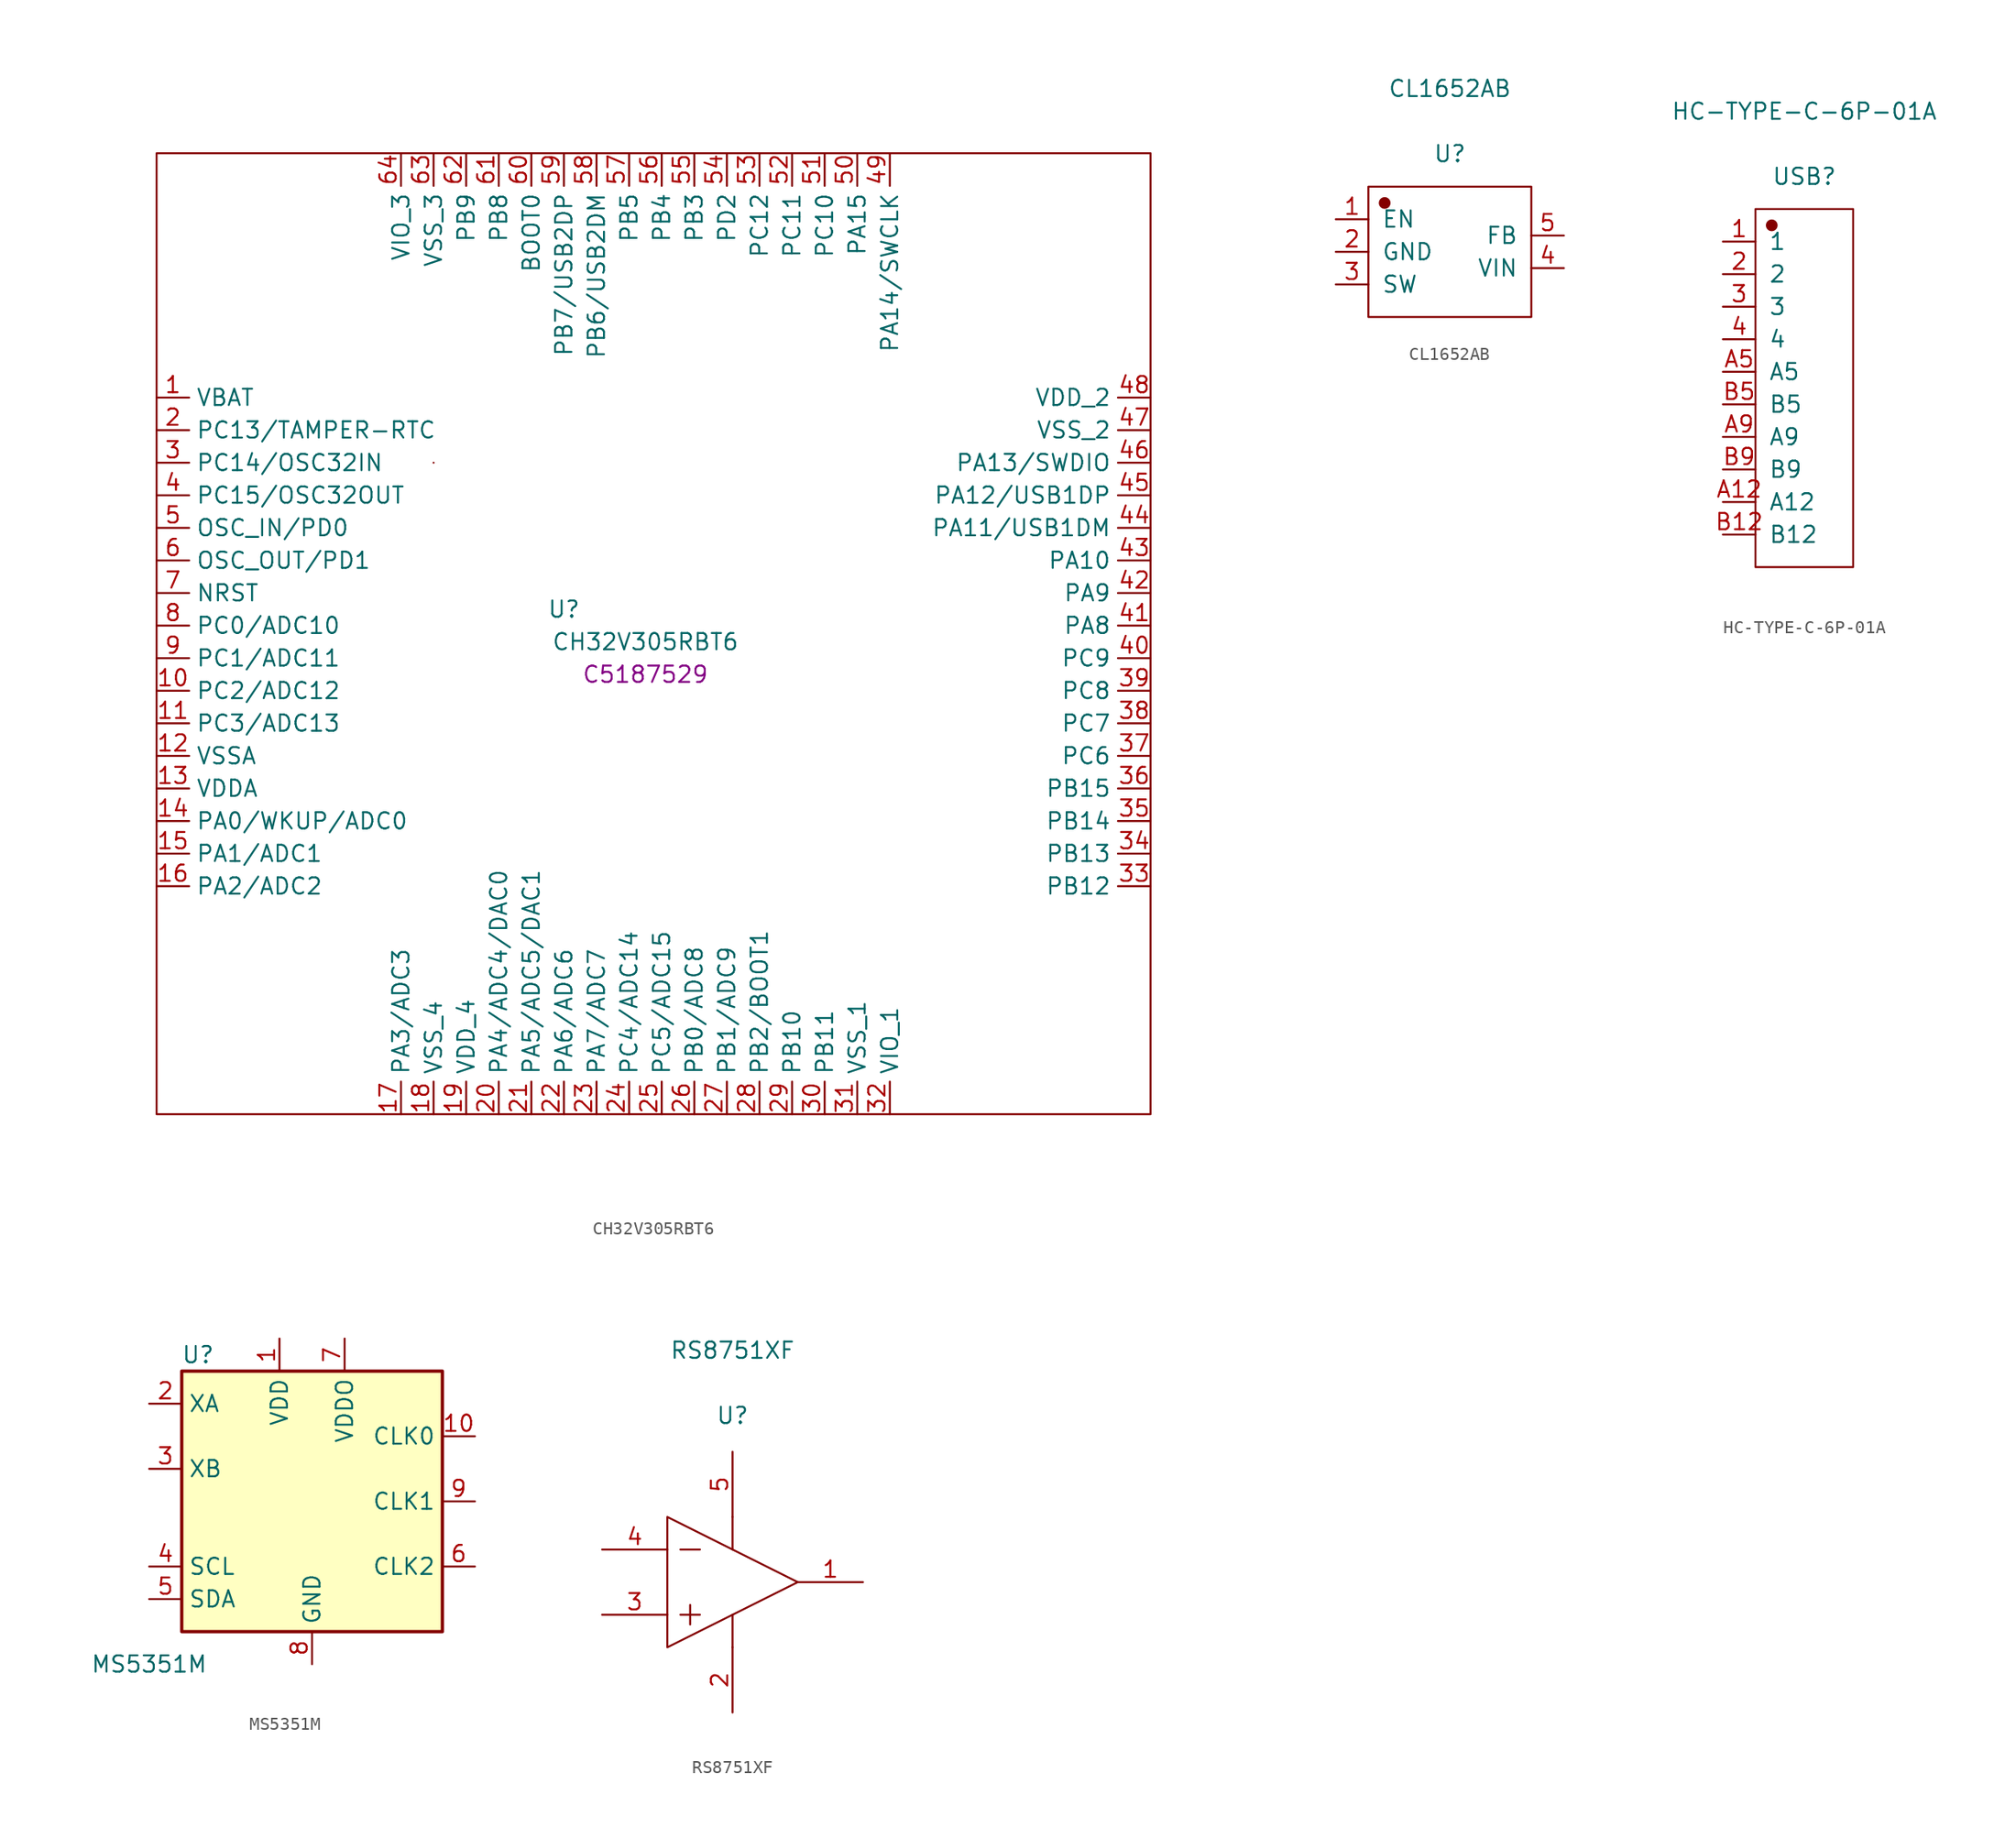
<source format=kicad_sym>
(kicad_symbol_lib
  (version 20211014)
  (generator kicad_symbol_editor)
  (symbol "CH32V305RBT6"
    (property "Reference" "U"
      (at -6.35 2.54 0)
      (effects (font (size 1.27 1.27))))
    (property "Value" "CH32V305RBT6"
      (at 0 0 0)
      (effects (font (size 1.27 1.27))))
    (property "LCSC" "C5187529"
      (at 0 -2.54 0)
      (effects (font (size 1.27 1.27))))
    (symbol "CH32V305RBT6_0_1"
      (rectangle (start -38.1 38.1) (end 39.37 -36.83) (stroke (width 0) (type default) (color 0 0 0 0)) (fill (type none)))
      (rectangle (start -16.51 13.97) (end -16.51 13.97) (stroke (width 0) (type default) (color 0 0 0 0)) (fill (type none))))
    (symbol "CH32V305RBT6_1_1"
      (pin power_in line (at -38.1 19.05 0) (length 2.54) (name "VBAT" (effects (font (size 1.27 1.27)))) (number "1" (effects (font (size 1.27 1.27)))))
      (pin bidirectional line (at -38.1 -3.81 0) (length 2.54) (name "PC2/ADC12" (effects (font (size 1.27 1.27)))) (number "10" (effects (font (size 1.27 1.27)))))
      (pin bidirectional line (at -38.1 -6.35 0) (length 2.54) (name "PC3/ADC13" (effects (font (size 1.27 1.27)))) (number "11" (effects (font (size 1.27 1.27)))))
      (pin power_in line (at -38.1 -8.89 0) (length 2.54) (name "VSSA" (effects (font (size 1.27 1.27)))) (number "12" (effects (font (size 1.27 1.27)))))
      (pin power_in line (at -38.1 -11.43 0) (length 2.54) (name "VDDA" (effects (font (size 1.27 1.27)))) (number "13" (effects (font (size 1.27 1.27)))))
      (pin bidirectional line (at -38.1 -13.97 0) (length 2.54) (name "PA0/WKUP/ADC0" (effects (font (size 1.27 1.27)))) (number "14" (effects (font (size 1.27 1.27)))))
      (pin bidirectional line (at -38.1 -16.51 0) (length 2.54) (name "PA1/ADC1" (effects (font (size 1.27 1.27)))) (number "15" (effects (font (size 1.27 1.27)))))
      (pin bidirectional line (at -38.1 -19.05 0) (length 2.54) (name "PA2/ADC2" (effects (font (size 1.27 1.27)))) (number "16" (effects (font (size 1.27 1.27)))))
      (pin bidirectional line (at -19.05 -36.83 90) (length 2.54) (name "PA3/ADC3" (effects (font (size 1.27 1.27)))) (number "17" (effects (font (size 1.27 1.27)))))
      (pin power_in line (at -16.51 -36.83 90) (length 2.54) (name "VSS_4" (effects (font (size 1.27 1.27)))) (number "18" (effects (font (size 1.27 1.27)))))
      (pin power_in line (at -13.97 -36.83 90) (length 2.54) (name "VDD_4" (effects (font (size 1.27 1.27)))) (number "19" (effects (font (size 1.27 1.27)))))
      (pin bidirectional line (at -38.1 16.51 0) (length 2.54) (name "PC13/TAMPER-RTC" (effects (font (size 1.27 1.27)))) (number "2" (effects (font (size 1.27 1.27)))))
      (pin bidirectional line (at -11.43 -36.83 90) (length 2.54) (name "PA4/ADC4/DAC0" (effects (font (size 1.27 1.27)))) (number "20" (effects (font (size 1.27 1.27)))))
      (pin bidirectional line (at -8.89 -36.83 90) (length 2.54) (name "PA5/ADC5/DAC1" (effects (font (size 1.27 1.27)))) (number "21" (effects (font (size 1.27 1.27)))))
      (pin bidirectional line (at -6.35 -36.83 90) (length 2.54) (name "PA6/ADC6" (effects (font (size 1.27 1.27)))) (number "22" (effects (font (size 1.27 1.27)))))
      (pin bidirectional line (at -3.81 -36.83 90) (length 2.54) (name "PA7/ADC7" (effects (font (size 1.27 1.27)))) (number "23" (effects (font (size 1.27 1.27)))))
      (pin bidirectional line (at -1.27 -36.83 90) (length 2.54) (name "PC4/ADC14" (effects (font (size 1.27 1.27)))) (number "24" (effects (font (size 1.27 1.27)))))
      (pin bidirectional line (at 1.27 -36.83 90) (length 2.54) (name "PC5/ADC15" (effects (font (size 1.27 1.27)))) (number "25" (effects (font (size 1.27 1.27)))))
      (pin bidirectional line (at 3.81 -36.83 90) (length 2.54) (name "PB0/ADC8" (effects (font (size 1.27 1.27)))) (number "26" (effects (font (size 1.27 1.27)))))
      (pin bidirectional line (at 6.35 -36.83 90) (length 2.54) (name "PB1/ADC9" (effects (font (size 1.27 1.27)))) (number "27" (effects (font (size 1.27 1.27)))))
      (pin bidirectional line (at 8.89 -36.83 90) (length 2.54) (name "PB2/BOOT1" (effects (font (size 1.27 1.27)))) (number "28" (effects (font (size 1.27 1.27)))))
      (pin bidirectional line (at 11.43 -36.83 90) (length 2.54) (name "PB10" (effects (font (size 1.27 1.27)))) (number "29" (effects (font (size 1.27 1.27)))))
      (pin bidirectional line (at -38.1 13.97 0) (length 2.54) (name "PC14/OSC32IN" (effects (font (size 1.27 1.27)))) (number "3" (effects (font (size 1.27 1.27)))))
      (pin bidirectional line (at 13.97 -36.83 90) (length 2.54) (name "PB11" (effects (font (size 1.27 1.27)))) (number "30" (effects (font (size 1.27 1.27)))))
      (pin power_in line (at 16.51 -36.83 90) (length 2.54) (name "VSS_1" (effects (font (size 1.27 1.27)))) (number "31" (effects (font (size 1.27 1.27)))))
      (pin power_in line (at 19.05 -36.83 90) (length 2.54) (name "VIO_1" (effects (font (size 1.27 1.27)))) (number "32" (effects (font (size 1.27 1.27)))))
      (pin bidirectional line (at 39.37 -19.05 180) (length 2.54) (name "PB12" (effects (font (size 1.27 1.27)))) (number "33" (effects (font (size 1.27 1.27)))))
      (pin bidirectional line (at 39.37 -16.51 180) (length 2.54) (name "PB13" (effects (font (size 1.27 1.27)))) (number "34" (effects (font (size 1.27 1.27)))))
      (pin bidirectional line (at 39.37 -13.97 180) (length 2.54) (name "PB14" (effects (font (size 1.27 1.27)))) (number "35" (effects (font (size 1.27 1.27)))))
      (pin bidirectional line (at 39.37 -11.43 180) (length 2.54) (name "PB15" (effects (font (size 1.27 1.27)))) (number "36" (effects (font (size 1.27 1.27)))))
      (pin bidirectional line (at 39.37 -8.89 180) (length 2.54) (name "PC6" (effects (font (size 1.27 1.27)))) (number "37" (effects (font (size 1.27 1.27)))))
      (pin bidirectional line (at 39.37 -6.35 180) (length 2.54) (name "PC7" (effects (font (size 1.27 1.27)))) (number "38" (effects (font (size 1.27 1.27)))))
      (pin bidirectional line (at 39.37 -3.81 180) (length 2.54) (name "PC8" (effects (font (size 1.27 1.27)))) (number "39" (effects (font (size 1.27 1.27)))))
      (pin bidirectional line (at -38.1 11.43 0) (length 2.54) (name "PC15/OSC32OUT" (effects (font (size 1.27 1.27)))) (number "4" (effects (font (size 1.27 1.27)))))
      (pin bidirectional line (at 39.37 -1.27 180) (length 2.54) (name "PC9" (effects (font (size 1.27 1.27)))) (number "40" (effects (font (size 1.27 1.27)))))
      (pin bidirectional line (at 39.37 1.27 180) (length 2.54) (name "PA8" (effects (font (size 1.27 1.27)))) (number "41" (effects (font (size 1.27 1.27)))))
      (pin bidirectional line (at 39.37 3.81 180) (length 2.54) (name "PA9" (effects (font (size 1.27 1.27)))) (number "42" (effects (font (size 1.27 1.27)))))
      (pin bidirectional line (at 39.37 6.35 180) (length 2.54) (name "PA10" (effects (font (size 1.27 1.27)))) (number "43" (effects (font (size 1.27 1.27)))))
      (pin bidirectional line (at 39.37 8.89 180) (length 2.54) (name "PA11/USB1DM" (effects (font (size 1.27 1.27)))) (number "44" (effects (font (size 1.27 1.27)))))
      (pin bidirectional line (at 39.37 11.43 180) (length 2.54) (name "PA12/USB1DP" (effects (font (size 1.27 1.27)))) (number "45" (effects (font (size 1.27 1.27)))))
      (pin bidirectional line (at 39.37 13.97 180) (length 2.54) (name "PA13/SWDIO" (effects (font (size 1.27 1.27)))) (number "46" (effects (font (size 1.27 1.27)))))
      (pin power_in line (at 39.37 16.51 180) (length 2.54) (name "VSS_2" (effects (font (size 1.27 1.27)))) (number "47" (effects (font (size 1.27 1.27)))))
      (pin power_in line (at 39.37 19.05 180) (length 2.54) (name "VDD_2" (effects (font (size 1.27 1.27)))) (number "48" (effects (font (size 1.27 1.27)))))
      (pin bidirectional line (at 19.05 38.1 270) (length 2.54) (name "PA14/SWCLK" (effects (font (size 1.27 1.27)))) (number "49" (effects (font (size 1.27 1.27)))))
      (pin bidirectional line (at -38.1 8.89 0) (length 2.54) (name "OSC_IN/PD0" (effects (font (size 1.27 1.27)))) (number "5" (effects (font (size 1.27 1.27)))))
      (pin bidirectional line (at 16.51 38.1 270) (length 2.54) (name "PA15" (effects (font (size 1.27 1.27)))) (number "50" (effects (font (size 1.27 1.27)))))
      (pin bidirectional line (at 13.97 38.1 270) (length 2.54) (name "PC10" (effects (font (size 1.27 1.27)))) (number "51" (effects (font (size 1.27 1.27)))))
      (pin bidirectional line (at 11.43 38.1 270) (length 2.54) (name "PC11" (effects (font (size 1.27 1.27)))) (number "52" (effects (font (size 1.27 1.27)))))
      (pin bidirectional line (at 8.89 38.1 270) (length 2.54) (name "PC12" (effects (font (size 1.27 1.27)))) (number "53" (effects (font (size 1.27 1.27)))))
      (pin bidirectional line (at 6.35 38.1 270) (length 2.54) (name "PD2" (effects (font (size 1.27 1.27)))) (number "54" (effects (font (size 1.27 1.27)))))
      (pin bidirectional line (at 3.81 38.1 270) (length 2.54) (name "PB3" (effects (font (size 1.27 1.27)))) (number "55" (effects (font (size 1.27 1.27)))))
      (pin bidirectional line (at 1.27 38.1 270) (length 2.54) (name "PB4" (effects (font (size 1.27 1.27)))) (number "56" (effects (font (size 1.27 1.27)))))
      (pin bidirectional line (at -1.27 38.1 270) (length 2.54) (name "PB5" (effects (font (size 1.27 1.27)))) (number "57" (effects (font (size 1.27 1.27)))))
      (pin bidirectional line (at -3.81 38.1 270) (length 2.54) (name "PB6/USB2DM" (effects (font (size 1.27 1.27)))) (number "58" (effects (font (size 1.27 1.27)))))
      (pin bidirectional line (at -6.35 38.1 270) (length 2.54) (name "PB7/USB2DP" (effects (font (size 1.27 1.27)))) (number "59" (effects (font (size 1.27 1.27)))))
      (pin bidirectional line (at -38.1 6.35 0) (length 2.54) (name "OSC_OUT/PD1" (effects (font (size 1.27 1.27)))) (number "6" (effects (font (size 1.27 1.27)))))
      (pin input line (at -8.89 38.1 270) (length 2.54) (name "BOOT0" (effects (font (size 1.27 1.27)))) (number "60" (effects (font (size 1.27 1.27)))))
      (pin bidirectional line (at -11.43 38.1 270) (length 2.54) (name "PB8" (effects (font (size 1.27 1.27)))) (number "61" (effects (font (size 1.27 1.27)))))
      (pin bidirectional line (at -13.97 38.1 270) (length 2.54) (name "PB9" (effects (font (size 1.27 1.27)))) (number "62" (effects (font (size 1.27 1.27)))))
      (pin power_in line (at -16.51 38.1 270) (length 2.54) (name "VSS_3" (effects (font (size 1.27 1.27)))) (number "63" (effects (font (size 1.27 1.27)))))
      (pin power_in line (at -19.05 38.1 270) (length 2.54) (name "VIO_3" (effects (font (size 1.27 1.27)))) (number "64" (effects (font (size 1.27 1.27)))))
      (pin input line (at -38.1 3.81 0) (length 2.54) (name "NRST" (effects (font (size 1.27 1.27)))) (number "7" (effects (font (size 1.27 1.27)))))
      (pin bidirectional line (at -38.1 1.27 0) (length 2.54) (name "PC0/ADC10" (effects (font (size 1.27 1.27)))) (number "8" (effects (font (size 1.27 1.27)))))
      (pin bidirectional line (at -38.1 -1.27 0) (length 2.54) (name "PC1/ADC11" (effects (font (size 1.27 1.27)))) (number "9" (effects (font (size 1.27 1.27)))))))
  (symbol "CL1652AB"
    (pin_names
      (offset 1.016))
    (property "Reference" "U"
      (at 0 7.645 0)
      (effects (font (size 1.27 1.27))))
    (property "Value" "CL1652AB"
      (at 0 12.725 0)
      (effects (font (size 1.27 1.27))))
    (symbol "CL1652AB_1_1"
      (rectangle (start -6.35 5.08) (end 6.35 -5.08) (stroke (width 0.152) (type default) (color 0 0 0 0)) (fill (type none)))
      (circle (center -5.08 3.81) (radius 0.381) (stroke (width 0.152) (type default) (color 0 0 0 0)) (fill (type outline)))
      (pin input line (at -8.89 2.54 0) (length 2.54) (name "EN" (effects (font (size 1.27 1.27)))) (number "1" (effects (font (size 1.27 1.27)))))
      (pin input line (at -8.89 0 0) (length 2.54) (name "GND" (effects (font (size 1.27 1.27)))) (number "2" (effects (font (size 1.27 1.27)))))
      (pin input line (at -8.89 -2.54 0) (length 2.54) (name "SW" (effects (font (size 1.27 1.27)))) (number "3" (effects (font (size 1.27 1.27)))))
      (pin input line (at 8.89 -1.27 180) (length 2.54) (name "VIN" (effects (font (size 1.27 1.27)))) (number "4" (effects (font (size 1.27 1.27)))))
      (pin input line (at 8.89 1.27 180) (length 2.54) (name "FB" (effects (font (size 1.27 1.27)))) (number "5" (effects (font (size 1.27 1.27)))))))
  (symbol "HC-TYPE-C-6P-01A"
    (pin_names
      (offset 1.016))
    (property "Reference" "USB"
      (at 0 16.51 0)
      (effects (font (size 1.27 1.27))))
    (property "Value" "HC-TYPE-C-6P-01A"
      (at 0 21.59 0)
      (effects (font (size 1.27 1.27))))
    (symbol "HC-TYPE-C-6P-01A_1_1"
      (rectangle (start -3.81 13.97) (end 3.81 -13.97) (stroke (width 0.152) (type default) (color 0 0 0 0)) (fill (type none)))
      (circle (center -2.54 12.7) (radius 0.381) (stroke (width 0.152) (type default) (color 0 0 0 0)) (fill (type outline)))
      (pin input line (at -6.35 11.43 0) (length 2.54) (name "1" (effects (font (size 1.27 1.27)))) (number "1" (effects (font (size 1.27 1.27)))))
      (pin input line (at -6.35 8.89 0) (length 2.54) (name "2" (effects (font (size 1.27 1.27)))) (number "2" (effects (font (size 1.27 1.27)))))
      (pin input line (at -6.35 6.35 0) (length 2.54) (name "3" (effects (font (size 1.27 1.27)))) (number "3" (effects (font (size 1.27 1.27)))))
      (pin input line (at -6.35 3.81 0) (length 2.54) (name "4" (effects (font (size 1.27 1.27)))) (number "4" (effects (font (size 1.27 1.27)))))
      (pin input line (at -6.35 -8.89 0) (length 2.54) (name "A12" (effects (font (size 1.27 1.27)))) (number "A12" (effects (font (size 1.27 1.27)))))
      (pin input line (at -6.35 1.27 0) (length 2.54) (name "A5" (effects (font (size 1.27 1.27)))) (number "A5" (effects (font (size 1.27 1.27)))))
      (pin input line (at -6.35 -3.81 0) (length 2.54) (name "A9" (effects (font (size 1.27 1.27)))) (number "A9" (effects (font (size 1.27 1.27)))))
      (pin input line (at -6.35 -11.43 0) (length 2.54) (name "B12" (effects (font (size 1.27 1.27)))) (number "B12" (effects (font (size 1.27 1.27)))))
      (pin input line (at -6.35 -1.27 0) (length 2.54) (name "B5" (effects (font (size 1.27 1.27)))) (number "B5" (effects (font (size 1.27 1.27)))))
      (pin input line (at -6.35 -6.35 0) (length 2.54) (name "B9" (effects (font (size 1.27 1.27)))) (number "B9" (effects (font (size 1.27 1.27)))))))
  (symbol "MS5351M"
    (property "Reference" "U"
      (at -8.89 11.43 0)
      (effects (font (size 1.27 1.27))))
    (property "Value" "MS5351M"
      (at -12.7 -12.7 0)
      (effects (font (size 1.27 1.27))))
    (symbol "MS5351M_0_1"
      (rectangle (start -10.16 10.16) (end 10.16 -10.16) (stroke (width 0.254) (type default) (color 0 0 0 0)) (fill (type background))))
    (symbol "MS5351M_1_1"
      (pin power_in line (at -2.54 12.7 270) (length 2.54) (name "VDD" (effects (font (size 1.27 1.27)))) (number "1" (effects (font (size 1.27 1.27)))))
      (pin output line (at 12.7 5.08 180) (length 2.54) (name "CLK0" (effects (font (size 1.27 1.27)))) (number "10" (effects (font (size 1.27 1.27)))))
      (pin input line (at -12.7 7.62 0) (length 2.54) (name "XA" (effects (font (size 1.27 1.27)))) (number "2" (effects (font (size 1.27 1.27)))))
      (pin input line (at -12.7 2.54 0) (length 2.54) (name "XB" (effects (font (size 1.27 1.27)))) (number "3" (effects (font (size 1.27 1.27)))))
      (pin input line (at -12.7 -5.08 0) (length 2.54) (name "SCL" (effects (font (size 1.27 1.27)))) (number "4" (effects (font (size 1.27 1.27)))))
      (pin bidirectional line (at -12.7 -7.62 0) (length 2.54) (name "SDA" (effects (font (size 1.27 1.27)))) (number "5" (effects (font (size 1.27 1.27)))))
      (pin output line (at 12.7 -5.08 180) (length 2.54) (name "CLK2" (effects (font (size 1.27 1.27)))) (number "6" (effects (font (size 1.27 1.27)))))
      (pin power_in line (at 2.54 12.7 270) (length 2.54) (name "VDDO" (effects (font (size 1.27 1.27)))) (number "7" (effects (font (size 1.27 1.27)))))
      (pin power_in line (at 0 -12.7 90) (length 2.54) (name "GND" (effects (font (size 1.27 1.27)))) (number "8" (effects (font (size 1.27 1.27)))))
      (pin output line (at 12.7 0 180) (length 2.54) (name "CLK1" (effects (font (size 1.27 1.27)))) (number "9" (effects (font (size 1.27 1.27)))))))
  (symbol "RS8751XF"
    (pin_names
      (offset 1.016) hide)
    (property "Reference" "U"
      (at 0 12.979 0)
      (effects (font (size 1.27 1.27))))
    (property "Value" "RS8751XF"
      (at 0 18.059 0)
      (effects (font (size 1.27 1.27))))
    (symbol "RS8751XF_1_1"
      (polyline (pts (xy -4.064 -2.54) (xy -2.54 -2.54)) (stroke (width 0.152) (type default) (color 0 0 0 0)) (fill (type none)))
      (polyline (pts (xy -4.064 2.54) (xy -2.54 2.54)) (stroke (width 0.152) (type default) (color 0 0 0 0)) (fill (type none)))
      (polyline (pts (xy -3.302 -1.778) (xy -3.302 -3.302)) (stroke (width 0.152) (type default) (color 0 0 0 0)) (fill (type none)))
      (polyline (pts (xy 0 -2.54) (xy 0 -5.08)) (stroke (width 0.152) (type default) (color 0 0 0 0)) (fill (type none)))
      (polyline (pts (xy 0 5.08) (xy 0 2.54)) (stroke (width 0.152) (type default) (color 0 0 0 0)) (fill (type none)))
      (polyline (pts (xy -5.08 -5.08) (xy 5.08 0) (xy -5.08 5.08) (xy -5.08 -5.08)) (stroke (width 0.152) (type default) (color 0 0 0 0)) (fill (type none)))
      (pin output line (at 10.16 0 180) (length 5.08) (name "OUT" (effects (font (size 1.27 1.27)))) (number "1" (effects (font (size 1.27 1.27)))))
      (pin power_in line (at 0 -10.16 90) (length 5.08) (name "V-" (effects (font (size 1.27 1.27)))) (number "2" (effects (font (size 1.27 1.27)))))
      (pin input line (at -10.16 -2.54 0) (length 5.08) (name "+IN" (effects (font (size 1.27 1.27)))) (number "3" (effects (font (size 1.27 1.27)))))
      (pin input line (at -10.16 2.54 0) (length 5.08) (name "-IN" (effects (font (size 1.27 1.27)))) (number "4" (effects (font (size 1.27 1.27)))))
      (pin power_in line (at 0 10.16 270) (length 5.08) (name "+V" (effects (font (size 1.27 1.27)))) (number "5" (effects (font (size 1.27 1.27))))))))
</source>
